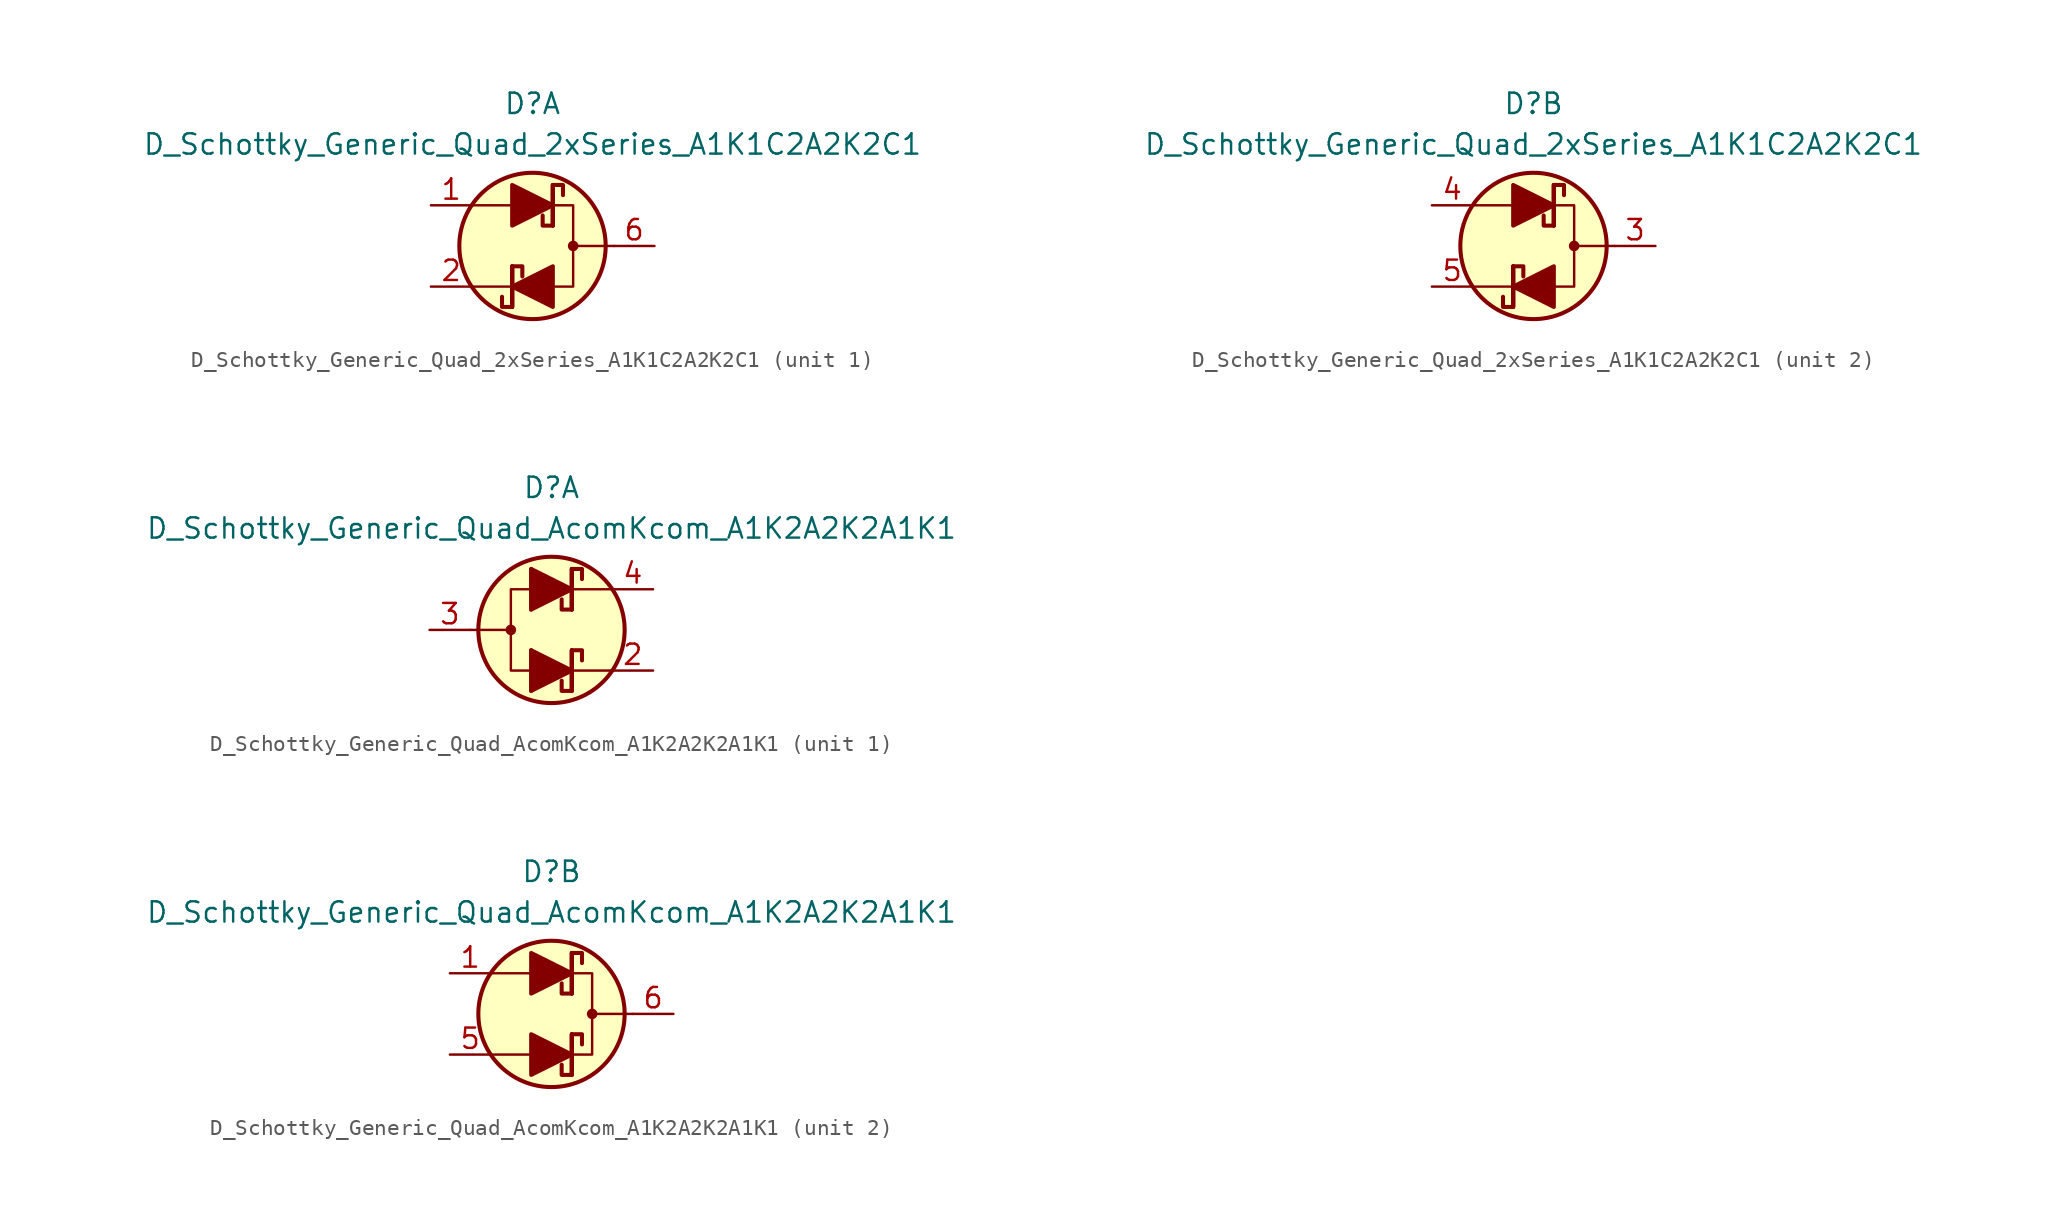
<source format=kicad_sym>
(kicad_symbol_lib
  (version 20211014)
  (generator kicad_symbol_editor)
  (symbol "D_Schottky_Generic_Quad_2xSeries_A1K1C2A2K2C1"
    (pin_names
      (offset 1.016) hide)
    (property "Reference" "D"
      (at 0 8.89 0)
      (effects (font (size 1.27 1.27))))
    (property "Value" "D_Schottky_Generic_Quad_2xSeries_A1K1C2A2K2C1"
      (at 0 6.35 0)
      (effects (font (size 1.27 1.27))))
    (property "ki_locked" ""
      (at 0 0 0)
      (effects (font (size 1.27 1.27))))
    (symbol "D_Schottky_Generic_Quad_2xSeries_A1K1C2A2K2C1_0_1"
      (polyline (pts (xy -1.27 -2.54) (xy -3.81 -2.54)) (stroke (width 0) (type default) (color 0 0 0 0)) (fill (type none)))
      (polyline (pts (xy -1.27 -1.27) (xy -1.27 -3.81)) (stroke (width 0.254) (type default) (color 0 0 0 0)) (fill (type none)))
      (polyline (pts (xy -1.27 2.54) (xy -3.81 2.54)) (stroke (width 0) (type default) (color 0 0 0 0)) (fill (type none)))
      (polyline (pts (xy 1.27 3.81) (xy 1.27 1.27)) (stroke (width 0.254) (type default) (color 0 0 0 0)) (fill (type none)))
      (polyline (pts (xy 5.08 0) (xy 2.54 0)) (stroke (width 0) (type default) (color 0 0 0 0)) (fill (type none)))
      (polyline (pts (xy 1.27 -2.54) (xy 2.54 -2.54) (xy 2.54 2.54) (xy 1.27 2.54)) (stroke (width 0) (type default) (color 0 0 0 0)) (fill (type none)))
      (circle (center 0 0) (radius 4.572) (stroke (width 0.254) (type default) (color 0 0 0 0)) (fill (type background)))
      (circle (center 2.54 0) (radius 0.254) (stroke (width 0) (type default) (color 0 0 0 0)) (fill (type outline))))
    (symbol "D_Schottky_Generic_Quad_2xSeries_A1K1C2A2K2C1_1_1"
      (polyline (pts (xy -1.27 -3.81) (xy -1.27 -1.27)) (stroke (width 0.254) (type default) (color 0 0 0 0)) (fill (type none)))
      (polyline (pts (xy -1.27 2.54) (xy 1.27 2.54)) (stroke (width 0) (type default) (color 0 0 0 0)) (fill (type none)))
      (polyline (pts (xy 1.27 -2.54) (xy -1.27 -2.54)) (stroke (width 0) (type default) (color 0 0 0 0)) (fill (type none)))
      (polyline (pts (xy 1.27 1.27) (xy 1.27 3.81)) (stroke (width 0.254) (type default) (color 0 0 0 0)) (fill (type none)))
      (polyline (pts (xy -1.27 1.27) (xy -1.27 3.81) (xy 1.27 2.54) (xy -1.27 1.27)) (stroke (width 0.254) (type default) (color 0 0 0 0)) (fill (type outline)))
      (polyline (pts (xy 1.27 -1.27) (xy 1.27 -3.81) (xy -1.27 -2.54) (xy 1.27 -1.27)) (stroke (width 0.254) (type default) (color 0 0 0 0)) (fill (type outline)))
      (polyline (pts (xy -1.905 -3.175) (xy -1.905 -3.81) (xy -1.27 -3.81) (xy -1.27 -1.27) (xy -0.635 -1.27) (xy -0.635 -1.905)) (stroke (width 0.254) (type default) (color 0 0 0 0)) (fill (type none)))
      (polyline (pts (xy 0.635 1.905) (xy 0.635 1.27) (xy 1.27 1.27) (xy 1.27 3.81) (xy 1.905 3.81) (xy 1.905 3.175)) (stroke (width 0.254) (type default) (color 0 0 0 0)) (fill (type none)))
      (pin passive line (at -6.35 2.54 0) (length 2.54) (name "A1" (effects (font (size 1.27 1.27)))) (number "1" (effects (font (size 1.27 1.27)))))
      (pin passive line (at -6.35 -2.54 0) (length 2.54) (name "K1" (effects (font (size 1.27 1.27)))) (number "2" (effects (font (size 1.27 1.27)))))
      (pin passive line (at 7.62 0 180) (length 2.54) (name "C1" (effects (font (size 1.27 1.27)))) (number "6" (effects (font (size 1.27 1.27))))))
    (symbol "D_Schottky_Generic_Quad_2xSeries_A1K1C2A2K2C1_2_1"
      (polyline (pts (xy -1.27 -3.81) (xy -1.27 -1.27)) (stroke (width 0.254) (type default) (color 0 0 0 0)) (fill (type none)))
      (polyline (pts (xy -1.27 2.54) (xy 1.27 2.54)) (stroke (width 0) (type default) (color 0 0 0 0)) (fill (type none)))
      (polyline (pts (xy 1.27 -2.54) (xy -1.27 -2.54)) (stroke (width 0) (type default) (color 0 0 0 0)) (fill (type none)))
      (polyline (pts (xy 1.27 1.27) (xy 1.27 3.81)) (stroke (width 0.254) (type default) (color 0 0 0 0)) (fill (type none)))
      (polyline (pts (xy -1.27 1.27) (xy -1.27 3.81) (xy 1.27 2.54) (xy -1.27 1.27)) (stroke (width 0.254) (type default) (color 0 0 0 0)) (fill (type outline)))
      (polyline (pts (xy 1.27 -1.27) (xy 1.27 -3.81) (xy -1.27 -2.54) (xy 1.27 -1.27)) (stroke (width 0.254) (type default) (color 0 0 0 0)) (fill (type outline)))
      (polyline (pts (xy -1.905 -3.175) (xy -1.905 -3.81) (xy -1.27 -3.81) (xy -1.27 -1.27) (xy -0.635 -1.27) (xy -0.635 -1.905)) (stroke (width 0.254) (type default) (color 0 0 0 0)) (fill (type none)))
      (polyline (pts (xy 0.635 1.905) (xy 0.635 1.27) (xy 1.27 1.27) (xy 1.27 3.81) (xy 1.905 3.81) (xy 1.905 3.175)) (stroke (width 0.254) (type default) (color 0 0 0 0)) (fill (type none)))
      (pin passive line (at 7.62 0 180) (length 2.54) (name "C2" (effects (font (size 1.27 1.27)))) (number "3" (effects (font (size 1.27 1.27)))))
      (pin passive line (at -6.35 2.54 0) (length 2.54) (name "A2" (effects (font (size 1.27 1.27)))) (number "4" (effects (font (size 1.27 1.27)))))
      (pin passive line (at -6.35 -2.54 0) (length 2.54) (name "K2" (effects (font (size 1.27 1.27)))) (number "5" (effects (font (size 1.27 1.27)))))))
  (symbol "D_Schottky_Generic_Quad_AcomKcom_A1K2A2K2A1K1"
    (pin_names
      (offset 1.016) hide)
    (property "Reference" "D"
      (at 0 8.89 0)
      (effects (font (size 1.27 1.27))))
    (property "Value" "D_Schottky_Generic_Quad_AcomKcom_A1K2A2K2A1K1"
      (at 0 6.35 0)
      (effects (font (size 1.27 1.27))))
    (property "ki_locked" ""
      (at 0 0 0)
      (effects (font (size 1.27 1.27))))
    (symbol "D_Schottky_Generic_Quad_AcomKcom_A1K2A2K2A1K1_1_1"
      (circle (center -2.54 0) (radius 0.254) (stroke (width 0) (type default) (color 0 0 0 0)) (fill (type outline)))
      (polyline (pts (xy -5.08 0) (xy -2.54 0)) (stroke (width 0) (type default) (color 0 0 0 0)) (fill (type none)))
      (polyline (pts (xy -1.27 -2.54) (xy 1.27 -2.54)) (stroke (width 0) (type default) (color 0 0 0 0)) (fill (type none)))
      (polyline (pts (xy -1.27 -1.27) (xy -1.27 -3.81)) (stroke (width 0.254) (type default) (color 0 0 0 0)) (fill (type none)))
      (polyline (pts (xy -1.27 2.54) (xy 1.27 2.54)) (stroke (width 0) (type default) (color 0 0 0 0)) (fill (type none)))
      (polyline (pts (xy -1.27 3.81) (xy -1.27 1.27)) (stroke (width 0.254) (type default) (color 0 0 0 0)) (fill (type none)))
      (polyline (pts (xy 1.27 -2.54) (xy -1.27 -2.54)) (stroke (width 0) (type default) (color 0 0 0 0)) (fill (type none)))
      (polyline (pts (xy 1.27 -2.54) (xy 3.81 -2.54)) (stroke (width 0) (type default) (color 0 0 0 0)) (fill (type none)))
      (polyline (pts (xy 1.27 -1.27) (xy 1.27 -3.81)) (stroke (width 0.254) (type default) (color 0 0 0 0)) (fill (type none)))
      (polyline (pts (xy 1.27 -1.27) (xy 1.27 -3.81)) (stroke (width 0.254) (type default) (color 0 0 0 0)) (fill (type none)))
      (polyline (pts (xy 1.27 2.54) (xy -1.27 2.54)) (stroke (width 0) (type default) (color 0 0 0 0)) (fill (type none)))
      (polyline (pts (xy 1.27 2.54) (xy 3.81 2.54)) (stroke (width 0) (type default) (color 0 0 0 0)) (fill (type none)))
      (polyline (pts (xy 1.27 3.81) (xy 1.27 1.27)) (stroke (width 0.254) (type default) (color 0 0 0 0)) (fill (type none)))
      (polyline (pts (xy 1.27 3.81) (xy 1.27 1.27)) (stroke (width 0.254) (type default) (color 0 0 0 0)) (fill (type none)))
      (polyline (pts (xy -1.27 -3.81) (xy -1.27 -1.27) (xy 1.27 -2.54) (xy -1.27 -3.81)) (stroke (width 0.254) (type default) (color 0 0 0 0)) (fill (type outline)))
      (polyline (pts (xy -1.27 1.27) (xy -1.27 3.81) (xy 1.27 2.54) (xy -1.27 1.27)) (stroke (width 0.254) (type default) (color 0 0 0 0)) (fill (type outline)))
      (polyline (pts (xy -1.27 2.54) (xy -2.54 2.54) (xy -2.54 -2.54) (xy -1.27 -2.54)) (stroke (width 0) (type default) (color 0 0 0 0)) (fill (type none)))
      (polyline (pts (xy 1.905 -1.905) (xy 1.905 -1.27) (xy 1.27 -1.27) (xy 1.27 -3.81) (xy 0.635 -3.81) (xy 0.635 -3.175)) (stroke (width 0.254) (type default) (color 0 0 0 0)) (fill (type none)))
      (polyline (pts (xy 1.905 3.175) (xy 1.905 3.81) (xy 1.27 3.81) (xy 1.27 1.27) (xy 0.635 1.27) (xy 0.635 1.905)) (stroke (width 0.254) (type default) (color 0 0 0 0)) (fill (type none)))
      (circle (center 0 0) (radius 4.572) (stroke (width 0.254) (type default) (color 0 0 0 0)) (fill (type background)))
      (pin passive line (at 6.35 -2.54 180) (length 2.54) (name "K2" (effects (font (size 1.27 1.27)))) (number "2" (effects (font (size 1.27 1.27)))))
      (pin passive line (at -7.62 0 0) (length 2.54) (name "A2" (effects (font (size 1.27 1.27)))) (number "3" (effects (font (size 1.27 1.27)))))
      (pin passive line (at 6.35 2.54 180) (length 2.54) (name "K2" (effects (font (size 1.27 1.27)))) (number "4" (effects (font (size 1.27 1.27))))))
    (symbol "D_Schottky_Generic_Quad_AcomKcom_A1K2A2K2A1K1_2_1"
      (polyline (pts (xy -1.27 -2.54) (xy -3.81 -2.54)) (stroke (width 0) (type default) (color 0 0 0 0)) (fill (type none)))
      (polyline (pts (xy -1.27 -2.54) (xy 1.27 -2.54)) (stroke (width 0) (type default) (color 0 0 0 0)) (fill (type none)))
      (polyline (pts (xy -1.27 2.54) (xy -3.81 2.54)) (stroke (width 0) (type default) (color 0 0 0 0)) (fill (type none)))
      (polyline (pts (xy -1.27 2.54) (xy 1.27 2.54)) (stroke (width 0) (type default) (color 0 0 0 0)) (fill (type none)))
      (polyline (pts (xy 1.27 -3.81) (xy 1.27 -1.27)) (stroke (width 0.254) (type default) (color 0 0 0 0)) (fill (type none)))
      (polyline (pts (xy 1.27 -3.81) (xy 1.27 -1.27)) (stroke (width 0.254) (type default) (color 0 0 0 0)) (fill (type none)))
      (polyline (pts (xy 1.27 1.27) (xy 1.27 3.81)) (stroke (width 0.254) (type default) (color 0 0 0 0)) (fill (type none)))
      (polyline (pts (xy 1.27 1.27) (xy 1.27 3.81)) (stroke (width 0.254) (type default) (color 0 0 0 0)) (fill (type none)))
      (polyline (pts (xy 5.08 0) (xy 2.54 0)) (stroke (width 0) (type default) (color 0 0 0 0)) (fill (type none)))
      (polyline (pts (xy -1.27 -3.81) (xy -1.27 -1.27) (xy 1.27 -2.54) (xy -1.27 -3.81)) (stroke (width 0.254) (type default) (color 0 0 0 0)) (fill (type outline)))
      (polyline (pts (xy -1.27 1.27) (xy -1.27 3.81) (xy 1.27 2.54) (xy -1.27 1.27)) (stroke (width 0.254) (type default) (color 0 0 0 0)) (fill (type outline)))
      (polyline (pts (xy 1.27 -2.54) (xy 2.54 -2.54) (xy 2.54 2.54) (xy 1.27 2.54)) (stroke (width 0) (type default) (color 0 0 0 0)) (fill (type none)))
      (polyline (pts (xy 0.635 -3.175) (xy 0.635 -3.81) (xy 1.27 -3.81) (xy 1.27 -1.27) (xy 1.905 -1.27) (xy 1.905 -1.905)) (stroke (width 0.254) (type default) (color 0 0 0 0)) (fill (type none)))
      (polyline (pts (xy 0.635 1.905) (xy 0.635 1.27) (xy 1.27 1.27) (xy 1.27 3.81) (xy 1.905 3.81) (xy 1.905 3.175)) (stroke (width 0.254) (type default) (color 0 0 0 0)) (fill (type none)))
      (circle (center 0 0) (radius 4.572) (stroke (width 0.254) (type default) (color 0 0 0 0)) (fill (type background)))
      (circle (center 2.54 0) (radius 0.254) (stroke (width 0) (type default) (color 0 0 0 0)) (fill (type outline)))
      (pin passive line (at -6.35 2.54 0) (length 2.54) (name "A1" (effects (font (size 1.27 1.27)))) (number "1" (effects (font (size 1.27 1.27)))))
      (pin passive line (at -6.35 -2.54 0) (length 2.54) (name "A1" (effects (font (size 1.27 1.27)))) (number "5" (effects (font (size 1.27 1.27)))))
      (pin passive line (at 7.62 0 180) (length 2.54) (name "K1" (effects (font (size 1.27 1.27)))) (number "6" (effects (font (size 1.27 1.27))))))))
</source>
